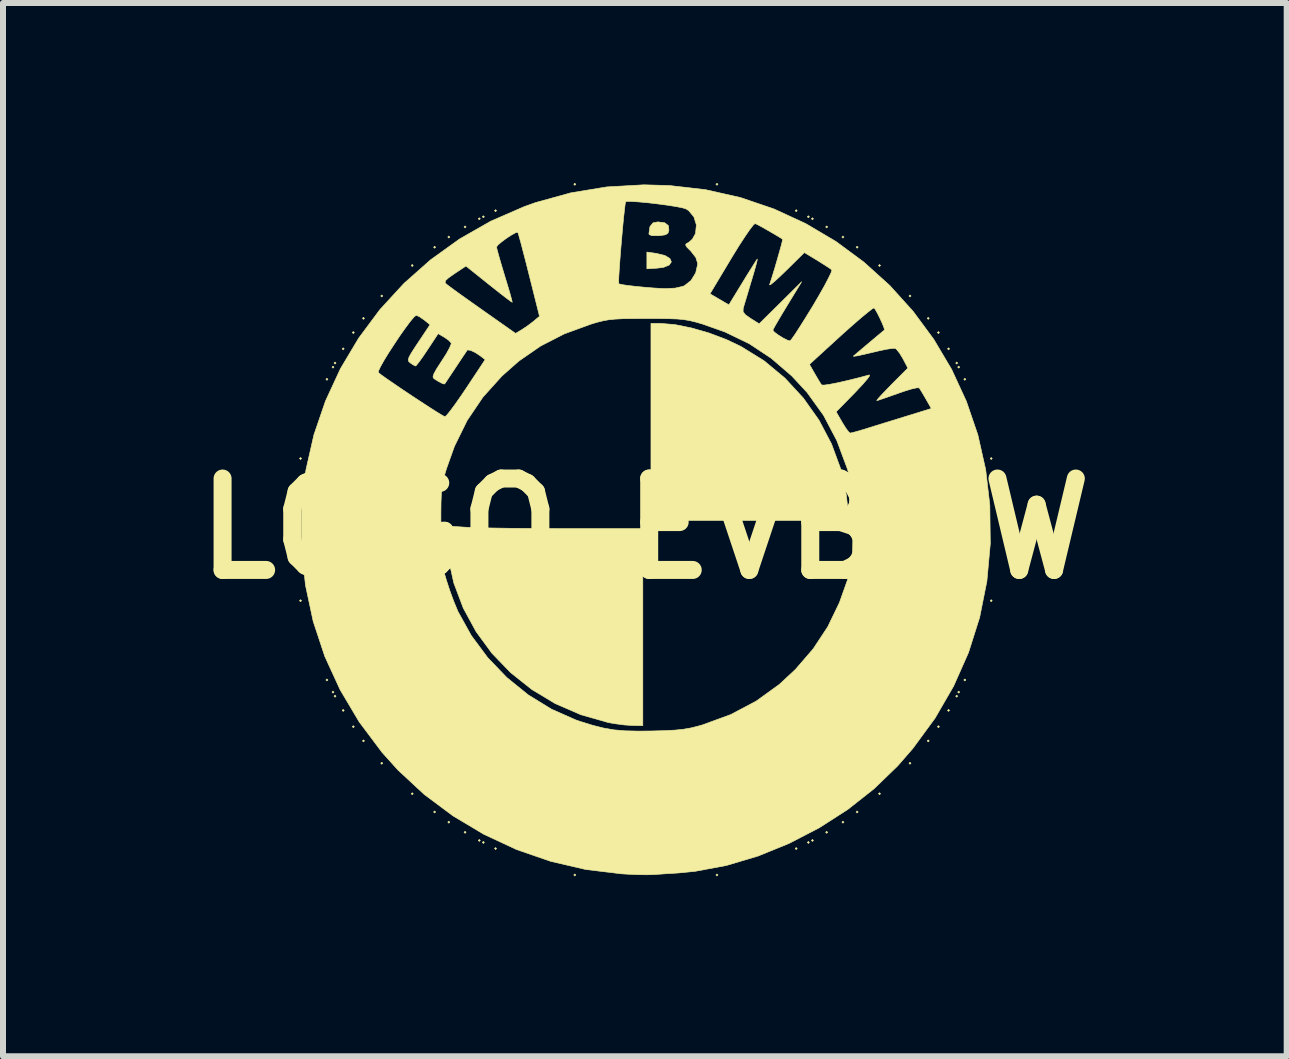
<source format=kicad_pcb>
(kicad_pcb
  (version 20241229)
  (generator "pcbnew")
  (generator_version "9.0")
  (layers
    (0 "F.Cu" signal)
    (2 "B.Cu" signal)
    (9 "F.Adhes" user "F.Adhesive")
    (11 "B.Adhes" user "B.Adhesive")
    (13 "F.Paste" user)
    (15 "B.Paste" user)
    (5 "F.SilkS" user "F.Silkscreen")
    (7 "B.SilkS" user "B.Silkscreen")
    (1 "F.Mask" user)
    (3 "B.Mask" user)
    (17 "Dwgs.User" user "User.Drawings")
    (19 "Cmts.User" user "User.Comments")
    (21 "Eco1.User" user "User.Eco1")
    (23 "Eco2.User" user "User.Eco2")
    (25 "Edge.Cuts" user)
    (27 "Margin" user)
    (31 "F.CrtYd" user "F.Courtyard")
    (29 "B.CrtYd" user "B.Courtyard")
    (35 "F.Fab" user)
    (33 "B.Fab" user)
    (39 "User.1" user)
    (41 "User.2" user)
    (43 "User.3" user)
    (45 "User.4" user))
  (footprint "LOGO_EVBMW"
    (layer "F.Cu")
    (at 7.7 5.762)
    (property "Reference" "LOGO_EVBMW" (at 0 0 0) (layer "F.SilkS") (effects (font (size 1.524 1.524) (thickness 0.3))))
    (attr through_hole)
    (fp_poly (pts (xy -5.723 -1.168) (xy -5.74 -1.151) (xy -5.757 -1.168) (xy -5.74 -1.185) (xy -5.723 -1.168)) (stroke (width 0.01) (type solid)) (fill yes) (layer "F.SilkS"))
    (fp_poly (pts (xy -5.723 1.202) (xy -5.74 1.219) (xy -5.757 1.202) (xy -5.74 1.185) (xy -5.723 1.202)) (stroke (width 0.01) (type solid)) (fill yes) (layer "F.SilkS"))
    (fp_poly (pts (xy -5.283 -2.489) (xy -5.3 -2.472) (xy -5.317 -2.489) (xy -5.3 -2.506) (xy -5.283 -2.489)) (stroke (width 0.01) (type solid)) (fill yes) (layer "F.SilkS"))
    (fp_poly (pts (xy -5.283 2.523) (xy -5.3 2.54) (xy -5.317 2.523) (xy -5.3 2.506) (xy -5.283 2.523)) (stroke (width 0.01) (type solid)) (fill yes) (layer "F.SilkS"))
    (fp_poly (pts (xy -5.182 -2.692) (xy -5.199 -2.675) (xy -5.215 -2.692) (xy -5.199 -2.709) (xy -5.182 -2.692)) (stroke (width 0.01) (type solid)) (fill yes) (layer "F.SilkS"))
    (fp_poly (pts (xy -5.182 2.726) (xy -5.199 2.743) (xy -5.215 2.726) (xy -5.199 2.709) (xy -5.182 2.726)) (stroke (width 0.01) (type solid)) (fill yes) (layer "F.SilkS"))
    (fp_poly (pts (xy -5.148 -2.76) (xy -5.165 -2.743) (xy -5.182 -2.76) (xy -5.165 -2.777) (xy -5.148 -2.76)) (stroke (width 0.01) (type solid)) (fill yes) (layer "F.SilkS"))
    (fp_poly (pts (xy -5.148 2.794) (xy -5.165 2.811) (xy -5.182 2.794) (xy -5.165 2.777) (xy -5.148 2.794)) (stroke (width 0.01) (type solid)) (fill yes) (layer "F.SilkS"))
    (fp_poly (pts (xy -5.012 -2.997) (xy -5.029 -2.98) (xy -5.046 -2.997) (xy -5.029 -3.014) (xy -5.012 -2.997)) (stroke (width 0.01) (type solid)) (fill yes) (layer "F.SilkS"))
    (fp_poly (pts (xy -5.012 3.031) (xy -5.029 3.048) (xy -5.046 3.031) (xy -5.029 3.014) (xy -5.012 3.031)) (stroke (width 0.01) (type solid)) (fill yes) (layer "F.SilkS"))
    (fp_poly (pts (xy -4.843 -3.268) (xy -4.86 -3.251) (xy -4.877 -3.268) (xy -4.86 -3.285) (xy -4.843 -3.268)) (stroke (width 0.01) (type solid)) (fill yes) (layer "F.SilkS"))
    (fp_poly (pts (xy -4.843 3.302) (xy -4.86 3.319) (xy -4.877 3.302) (xy -4.86 3.285) (xy -4.843 3.302)) (stroke (width 0.01) (type solid)) (fill yes) (layer "F.SilkS"))
    (fp_poly (pts (xy -4.674 -3.505) (xy -4.691 -3.488) (xy -4.707 -3.505) (xy -4.691 -3.522) (xy -4.674 -3.505)) (stroke (width 0.01) (type solid)) (fill yes) (layer "F.SilkS"))
    (fp_poly (pts (xy -4.674 3.539) (xy -4.691 3.556) (xy -4.707 3.539) (xy -4.691 3.522) (xy -4.674 3.539)) (stroke (width 0.01) (type solid)) (fill yes) (layer "F.SilkS"))
    (fp_poly (pts (xy -4.369 -3.878) (xy -4.386 -3.861) (xy -4.403 -3.878) (xy -4.386 -3.895) (xy -4.369 -3.878)) (stroke (width 0.01) (type solid)) (fill yes) (layer "F.SilkS"))
    (fp_poly (pts (xy -4.369 3.912) (xy -4.386 3.929) (xy -4.403 3.912) (xy -4.386 3.895) (xy -4.369 3.912)) (stroke (width 0.01) (type solid)) (fill yes) (layer "F.SilkS"))
    (fp_poly (pts (xy -3.861 -4.386) (xy -3.878 -4.369) (xy -3.895 -4.386) (xy -3.878 -4.403) (xy -3.861 -4.386)) (stroke (width 0.01) (type solid)) (fill yes) (layer "F.SilkS"))
    (fp_poly (pts (xy -3.861 4.42) (xy -3.878 4.437) (xy -3.895 4.42) (xy -3.878 4.403) (xy -3.861 4.42)) (stroke (width 0.01) (type solid)) (fill yes) (layer "F.SilkS"))
    (fp_poly (pts (xy -3.488 -4.691) (xy -3.505 -4.674) (xy -3.522 -4.691) (xy -3.505 -4.707) (xy -3.488 -4.691)) (stroke (width 0.01) (type solid)) (fill yes) (layer "F.SilkS"))
    (fp_poly (pts (xy -3.488 4.724) (xy -3.505 4.741) (xy -3.522 4.724) (xy -3.505 4.707) (xy -3.488 4.724)) (stroke (width 0.01) (type solid)) (fill yes) (layer "F.SilkS"))
    (fp_poly (pts (xy -3.251 -4.86) (xy -3.268 -4.843) (xy -3.285 -4.86) (xy -3.268 -4.877) (xy -3.251 -4.86)) (stroke (width 0.01) (type solid)) (fill yes) (layer "F.SilkS"))
    (fp_poly (pts (xy -3.251 4.894) (xy -3.268 4.911) (xy -3.285 4.894) (xy -3.268 4.877) (xy -3.251 4.894)) (stroke (width 0.01) (type solid)) (fill yes) (layer "F.SilkS"))
    (fp_poly (pts (xy -2.98 -5.029) (xy -2.997 -5.012) (xy -3.014 -5.029) (xy -2.997 -5.046) (xy -2.98 -5.029)) (stroke (width 0.01) (type solid)) (fill yes) (layer "F.SilkS"))
    (fp_poly (pts (xy -2.98 5.063) (xy -2.997 5.08) (xy -3.014 5.063) (xy -2.997 5.046) (xy -2.98 5.063)) (stroke (width 0.01) (type solid)) (fill yes) (layer "F.SilkS"))
    (fp_poly (pts (xy -2.743 -5.165) (xy -2.76 -5.148) (xy -2.777 -5.165) (xy -2.76 -5.182) (xy -2.743 -5.165)) (stroke (width 0.01) (type solid)) (fill yes) (layer "F.SilkS"))
    (fp_poly (pts (xy -2.743 5.199) (xy -2.76 5.215) (xy -2.777 5.199) (xy -2.76 5.182) (xy -2.743 5.199)) (stroke (width 0.01) (type solid)) (fill yes) (layer "F.SilkS"))
    (fp_poly (pts (xy -2.675 -5.199) (xy -2.692 -5.182) (xy -2.709 -5.199) (xy -2.692 -5.215) (xy -2.675 -5.199)) (stroke (width 0.01) (type solid)) (fill yes) (layer "F.SilkS"))
    (fp_poly (pts (xy -2.675 5.232) (xy -2.692 5.249) (xy -2.709 5.232) (xy -2.692 5.215) (xy -2.675 5.232)) (stroke (width 0.01) (type solid)) (fill yes) (layer "F.SilkS"))
    (fp_poly (pts (xy -2.472 -5.3) (xy -2.489 -5.283) (xy -2.506 -5.3) (xy -2.489 -5.317) (xy -2.472 -5.3)) (stroke (width 0.01) (type solid)) (fill yes) (layer "F.SilkS"))
    (fp_poly (pts (xy -2.472 5.334) (xy -2.489 5.351) (xy -2.506 5.334) (xy -2.489 5.317) (xy -2.472 5.334)) (stroke (width 0.01) (type solid)) (fill yes) (layer "F.SilkS"))
    (fp_poly (pts (xy -1.151 -5.74) (xy -1.168 -5.723) (xy -1.185 -5.74) (xy -1.168 -5.757) (xy -1.151 -5.74)) (stroke (width 0.01) (type solid)) (fill yes) (layer "F.SilkS"))
    (fp_poly (pts (xy -1.151 5.774) (xy -1.168 5.791) (xy -1.185 5.774) (xy -1.168 5.757) (xy -1.151 5.774)) (stroke (width 0.01) (type solid)) (fill yes) (layer "F.SilkS"))
    (fp_poly (pts (xy 1.219 -5.74) (xy 1.202 -5.723) (xy 1.185 -5.74) (xy 1.202 -5.757) (xy 1.219 -5.74)) (stroke (width 0.01) (type solid)) (fill yes) (layer "F.SilkS"))
    (fp_poly (pts (xy 1.219 5.774) (xy 1.202 5.791) (xy 1.185 5.774) (xy 1.202 5.757) (xy 1.219 5.774)) (stroke (width 0.01) (type solid)) (fill yes) (layer "F.SilkS"))
    (fp_poly (pts (xy 2.54 -5.3) (xy 2.523 -5.283) (xy 2.506 -5.3) (xy 2.523 -5.317) (xy 2.54 -5.3)) (stroke (width 0.01) (type solid)) (fill yes) (layer "F.SilkS"))
    (fp_poly (pts (xy 2.54 5.334) (xy 2.523 5.351) (xy 2.506 5.334) (xy 2.523 5.317) (xy 2.54 5.334)) (stroke (width 0.01) (type solid)) (fill yes) (layer "F.SilkS"))
    (fp_poly (pts (xy 2.743 -5.199) (xy 2.726 -5.182) (xy 2.709 -5.199) (xy 2.726 -5.215) (xy 2.743 -5.199)) (stroke (width 0.01) (type solid)) (fill yes) (layer "F.SilkS"))
    (fp_poly (pts (xy 2.743 5.232) (xy 2.726 5.249) (xy 2.709 5.232) (xy 2.726 5.215) (xy 2.743 5.232)) (stroke (width 0.01) (type solid)) (fill yes) (layer "F.SilkS"))
    (fp_poly (pts (xy 2.811 -5.165) (xy 2.794 -5.148) (xy 2.777 -5.165) (xy 2.794 -5.182) (xy 2.811 -5.165)) (stroke (width 0.01) (type solid)) (fill yes) (layer "F.SilkS"))
    (fp_poly (pts (xy 2.811 5.199) (xy 2.794 5.215) (xy 2.777 5.199) (xy 2.794 5.182) (xy 2.811 5.199)) (stroke (width 0.01) (type solid)) (fill yes) (layer "F.SilkS"))
    (fp_poly (pts (xy 3.048 -5.029) (xy 3.031 -5.012) (xy 3.014 -5.029) (xy 3.031 -5.046) (xy 3.048 -5.029)) (stroke (width 0.01) (type solid)) (fill yes) (layer "F.SilkS"))
    (fp_poly (pts (xy 3.048 5.063) (xy 3.031 5.08) (xy 3.014 5.063) (xy 3.031 5.046) (xy 3.048 5.063)) (stroke (width 0.01) (type solid)) (fill yes) (layer "F.SilkS"))
    (fp_poly (pts (xy 3.319 -4.86) (xy 3.302 -4.843) (xy 3.285 -4.86) (xy 3.302 -4.877) (xy 3.319 -4.86)) (stroke (width 0.01) (type solid)) (fill yes) (layer "F.SilkS"))
    (fp_poly (pts (xy 3.319 4.894) (xy 3.302 4.911) (xy 3.285 4.894) (xy 3.302 4.877) (xy 3.319 4.894)) (stroke (width 0.01) (type solid)) (fill yes) (layer "F.SilkS"))
    (fp_poly (pts (xy 3.556 -4.691) (xy 3.539 -4.674) (xy 3.522 -4.691) (xy 3.539 -4.707) (xy 3.556 -4.691)) (stroke (width 0.01) (type solid)) (fill yes) (layer "F.SilkS"))
    (fp_poly (pts (xy 3.556 4.724) (xy 3.539 4.741) (xy 3.522 4.724) (xy 3.539 4.707) (xy 3.556 4.724)) (stroke (width 0.01) (type solid)) (fill yes) (layer "F.SilkS"))
    (fp_poly (pts (xy 3.929 -4.386) (xy 3.912 -4.369) (xy 3.895 -4.386) (xy 3.912 -4.403) (xy 3.929 -4.386)) (stroke (width 0.01) (type solid)) (fill yes) (layer "F.SilkS"))
    (fp_poly (pts (xy 3.929 4.42) (xy 3.912 4.437) (xy 3.895 4.42) (xy 3.912 4.403) (xy 3.929 4.42)) (stroke (width 0.01) (type solid)) (fill yes) (layer "F.SilkS"))
    (fp_poly (pts (xy 4.437 -3.878) (xy 4.42 -3.861) (xy 4.403 -3.878) (xy 4.42 -3.895) (xy 4.437 -3.878)) (stroke (width 0.01) (type solid)) (fill yes) (layer "F.SilkS"))
    (fp_poly (pts (xy 4.437 3.912) (xy 4.42 3.929) (xy 4.403 3.912) (xy 4.42 3.895) (xy 4.437 3.912)) (stroke (width 0.01) (type solid)) (fill yes) (layer "F.SilkS"))
    (fp_poly (pts (xy 4.741 -3.505) (xy 4.724 -3.488) (xy 4.707 -3.505) (xy 4.724 -3.522) (xy 4.741 -3.505)) (stroke (width 0.01) (type solid)) (fill yes) (layer "F.SilkS"))
    (fp_poly (pts (xy 4.741 3.539) (xy 4.724 3.556) (xy 4.707 3.539) (xy 4.724 3.522) (xy 4.741 3.539)) (stroke (width 0.01) (type solid)) (fill yes) (layer "F.SilkS"))
    (fp_poly (pts (xy 4.911 -3.268) (xy 4.894 -3.251) (xy 4.877 -3.268) (xy 4.894 -3.285) (xy 4.911 -3.268)) (stroke (width 0.01) (type solid)) (fill yes) (layer "F.SilkS"))
    (fp_poly (pts (xy 4.911 3.302) (xy 4.894 3.319) (xy 4.877 3.302) (xy 4.894 3.285) (xy 4.911 3.302)) (stroke (width 0.01) (type solid)) (fill yes) (layer "F.SilkS"))
    (fp_poly (pts (xy 5.08 -2.997) (xy 5.063 -2.98) (xy 5.046 -2.997) (xy 5.063 -3.014) (xy 5.08 -2.997)) (stroke (width 0.01) (type solid)) (fill yes) (layer "F.SilkS"))
    (fp_poly (pts (xy 5.08 3.031) (xy 5.063 3.048) (xy 5.046 3.031) (xy 5.063 3.014) (xy 5.08 3.031)) (stroke (width 0.01) (type solid)) (fill yes) (layer "F.SilkS"))
    (fp_poly (pts (xy 5.215 -2.76) (xy 5.199 -2.743) (xy 5.182 -2.76) (xy 5.199 -2.777) (xy 5.215 -2.76)) (stroke (width 0.01) (type solid)) (fill yes) (layer "F.SilkS"))
    (fp_poly (pts (xy 5.215 2.794) (xy 5.199 2.811) (xy 5.182 2.794) (xy 5.199 2.777) (xy 5.215 2.794)) (stroke (width 0.01) (type solid)) (fill yes) (layer "F.SilkS"))
    (fp_poly (pts (xy 5.249 -2.692) (xy 5.232 -2.675) (xy 5.215 -2.692) (xy 5.232 -2.709) (xy 5.249 -2.692)) (stroke (width 0.01) (type solid)) (fill yes) (layer "F.SilkS"))
    (fp_poly (pts (xy 5.249 2.726) (xy 5.232 2.743) (xy 5.215 2.726) (xy 5.232 2.709) (xy 5.249 2.726)) (stroke (width 0.01) (type solid)) (fill yes) (layer "F.SilkS"))
    (fp_poly (pts (xy 5.351 -2.489) (xy 5.334 -2.472) (xy 5.317 -2.489) (xy 5.334 -2.506) (xy 5.351 -2.489)) (stroke (width 0.01) (type solid)) (fill yes) (layer "F.SilkS"))
    (fp_poly (pts (xy 5.351 2.523) (xy 5.334 2.54) (xy 5.317 2.523) (xy 5.334 2.506) (xy 5.351 2.523)) (stroke (width 0.01) (type solid)) (fill yes) (layer "F.SilkS"))
    (fp_poly (pts (xy 5.791 -1.168) (xy 5.774 -1.151) (xy 5.757 -1.168) (xy 5.774 -1.185) (xy 5.791 -1.168)) (stroke (width 0.01) (type solid)) (fill yes) (layer "F.SilkS"))
    (fp_poly (pts (xy 5.791 1.202) (xy 5.774 1.219) (xy 5.757 1.202) (xy 5.774 1.185) (xy 5.791 1.202)) (stroke (width 0.01) (type solid)) (fill yes) (layer "F.SilkS"))
    (fp_poly (pts (xy 0.195 -4.587) (xy 0.336 -4.552) (xy 0.418 -4.502) (xy 0.442 -4.446) (xy 0.406 -4.394) (xy 0.311 -4.355) (xy 0.208 -4.342) (xy 0.034 -4.331) (xy 0.034 -4.61) (xy 0.195 -4.587)) (stroke (width 0.01) (type solid)) (fill yes) (layer "F.SilkS"))
    (fp_poly (pts (xy 0.332 -5.098) (xy 0.392 -5.051) (xy 0.401 -4.975) (xy 0.385 -4.924) (xy 0.343 -4.898) (xy 0.257 -4.885) (xy 0.229 -4.883) (xy 0.123 -4.883) (xy 0.074 -4.9) (xy 0.068 -4.917) (xy 0.085 -5.034) (xy 0.136 -5.097) (xy 0.216 -5.113) (xy 0.332 -5.098)) (stroke (width 0.01) (type solid)) (fill yes) (layer "F.SilkS"))
    (fp_poly (pts (xy 0.499 -3.401) (xy 0.777 -3.345) (xy 1.072 -3.26) (xy 1.365 -3.149) (xy 1.602 -3.036) (xy 1.987 -2.798) (xy 2.336 -2.508) (xy 2.642 -2.176) (xy 2.903 -1.808) (xy 3.112 -1.411) (xy 3.266 -0.993) (xy 3.359 -0.561) (xy 3.378 -0.381) (xy 3.396 -0.135) (xy 0.102 -0.135) (xy 0.102 -3.421) (xy 0.255 -3.421) (xy 0.499 -3.401)) (stroke (width 0.01) (type solid)) (fill yes) (layer "F.SilkS"))
    (fp_poly (pts (xy -2.994 -0.023) (xy -2.883 -0.018) (xy -2.714 -0.013) (xy -2.498 -0.009) (xy -2.243 -0.005) (xy -1.961 -0.003) (xy -1.661 -0.001) (xy -1.354 -0.000177) (xy -1.346 -0.000176) (xy -0.034 0) (xy -0.034 3.285) (xy -0.212 3.282) (xy -0.345 3.273) (xy -0.503 3.252) (xy -0.61 3.233) (xy -1.066 3.103) (xy -1.493 2.918) (xy -1.885 2.682) (xy -2.239 2.4) (xy -2.55 2.077) (xy -2.814 1.717) (xy -3.027 1.325) (xy -3.185 0.906) (xy -3.283 0.464) (xy -3.308 0.24) (xy -3.33 -0.045) (xy -2.994 -0.023)) (stroke (width 0.01) (type solid)) (fill yes) (layer "F.SilkS"))
    (fp_poly (pts (xy 0.412 -5.719) (xy 1.012 -5.65) (xy 1.593 -5.519) (xy 2.152 -5.329) (xy 2.683 -5.084) (xy 3.185 -4.787) (xy 3.652 -4.442) (xy 4.083 -4.053) (xy 4.472 -3.622) (xy 4.817 -3.155) (xy 5.115 -2.653) (xy 5.36 -2.122) (xy 5.551 -1.564) (xy 5.682 -0.982) (xy 5.751 -0.389) (xy 5.759 0.252) (xy 5.702 0.877) (xy 5.581 1.482) (xy 5.396 2.066) (xy 5.148 2.625) (xy 4.839 3.159) (xy 4.468 3.665) (xy 4.215 3.956) (xy 3.821 4.337) (xy 3.382 4.683) (xy 2.907 4.988) (xy 2.405 5.248) (xy 1.887 5.459) (xy 1.36 5.616) (xy 0.835 5.714) (xy 0.546 5.742) (xy 0.392 5.751) (xy 0.247 5.761) (xy 0.136 5.768) (xy 0.119 5.769) (xy 0.028 5.771) (xy -0.109 5.769) (xy -0.272 5.762) (xy -0.391 5.755) (xy -0.985 5.683) (xy -1.57 5.547) (xy -2.138 5.351) (xy -2.683 5.097) (xy -3.199 4.789) (xy -3.68 4.43) (xy -4.117 4.024) (xy -4.38 3.732) (xy -4.761 3.224) (xy -5.079 2.689) (xy -5.336 2.129) (xy -5.529 1.546) (xy -5.658 0.942) (xy -5.723 0.319) (xy -5.723 -0.068) (xy -3.4 -0.068) (xy -3.4 0.158) (xy -3.397 0.331) (xy -3.391 0.463) (xy -3.379 0.571) (xy -3.362 0.668) (xy -3.336 0.767) (xy -3.307 0.864) (xy -3.252 1.032) (xy -3.188 1.207) (xy -3.126 1.357) (xy -3.113 1.387) (xy -2.893 1.783) (xy -2.62 2.151) (xy -2.301 2.483) (xy -1.944 2.772) (xy -1.557 3.01) (xy -1.15 3.19) (xy -1.08 3.214) (xy -0.871 3.279) (xy -0.689 3.325) (xy -0.516 3.355) (xy -0.33 3.371) (xy -0.115 3.376) (xy 0.119 3.374) (xy 0.339 3.368) (xy 0.508 3.359) (xy 0.644 3.345) (xy 0.764 3.324) (xy 0.885 3.294) (xy 0.965 3.271) (xy 1.432 3.1) (xy 1.856 2.876) (xy 2.241 2.598) (xy 2.51 2.348) (xy 2.806 2.005) (xy 3.049 1.637) (xy 3.244 1.233) (xy 3.375 0.864) (xy 3.408 0.751) (xy 3.433 0.652) (xy 3.449 0.555) (xy 3.46 0.444) (xy 3.465 0.306) (xy 3.468 0.126) (xy 3.468 -0.068) (xy 3.468 -0.294) (xy 3.465 -0.466) (xy 3.458 -0.599) (xy 3.447 -0.707) (xy 3.429 -0.803) (xy 3.404 -0.903) (xy 3.375 -0.999) (xy 3.201 -1.466) (xy 2.979 -1.888) (xy 2.705 -2.269) (xy 2.45 -2.544) (xy 2.225 -2.738) (xy 2.744 -2.738) (xy 2.834 -2.58) (xy 2.889 -2.486) (xy 2.932 -2.416) (xy 2.947 -2.394) (xy 2.988 -2.392) (xy 3.082 -2.405) (xy 3.22 -2.432) (xy 3.389 -2.471) (xy 3.58 -2.518) (xy 3.742 -2.562) (xy 3.746 -2.547) (xy 3.707 -2.492) (xy 3.633 -2.406) (xy 3.53 -2.296) (xy 3.5 -2.264) (xy 3.189 -1.947) (xy 3.291 -1.77) (xy 3.35 -1.675) (xy 3.398 -1.611) (xy 3.422 -1.592) (xy 3.466 -1.601) (xy 3.557 -1.626) (xy 3.678 -1.662) (xy 3.715 -1.674) (xy 3.859 -1.719) (xy 4.041 -1.775) (xy 4.236 -1.835) (xy 4.378 -1.879) (xy 4.776 -2.002) (xy 4.685 -2.161) (xy 4.63 -2.255) (xy 4.587 -2.325) (xy 4.572 -2.347) (xy 4.533 -2.347) (xy 4.444 -2.327) (xy 4.321 -2.289) (xy 4.218 -2.253) (xy 4.079 -2.204) (xy 3.964 -2.164) (xy 3.888 -2.139) (xy 3.866 -2.134) (xy 3.88 -2.156) (xy 3.933 -2.216) (xy 4.018 -2.305) (xy 4.115 -2.405) (xy 4.385 -2.676) (xy 4.303 -2.832) (xy 4.247 -2.924) (xy 4.196 -2.988) (xy 4.175 -3.005) (xy 4.125 -3.004) (xy 4.025 -2.989) (xy 3.893 -2.961) (xy 3.788 -2.936) (xy 3.651 -2.904) (xy 3.546 -2.881) (xy 3.485 -2.872) (xy 3.476 -2.875) (xy 3.514 -2.907) (xy 3.589 -2.971) (xy 3.69 -3.056) (xy 3.742 -3.1) (xy 3.848 -3.189) (xy 3.933 -3.26) (xy 3.984 -3.302) (xy 3.994 -3.31) (xy 3.989 -3.342) (xy 3.961 -3.414) (xy 3.92 -3.504) (xy 3.876 -3.592) (xy 3.838 -3.658) (xy 3.82 -3.679) (xy 3.788 -3.662) (xy 3.715 -3.605) (xy 3.607 -3.516) (xy 3.472 -3.399) (xy 3.319 -3.263) (xy 3.268 -3.217) (xy 2.744 -2.738) (xy 2.225 -2.738) (xy 2.106 -2.84) (xy 1.739 -3.083) (xy 1.335 -3.278) (xy 0.965 -3.409) (xy 0.852 -3.442) (xy 0.754 -3.466) (xy 0.657 -3.483) (xy 0.546 -3.494) (xy 0.408 -3.499) (xy 0.228 -3.502) (xy 0.034 -3.502) (xy -0.192 -3.501) (xy -0.364 -3.499) (xy -0.497 -3.492) (xy -0.605 -3.481) (xy -0.701 -3.463) (xy -0.801 -3.438) (xy -0.897 -3.409) (xy -1.341 -3.247) (xy -1.737 -3.044) (xy -2.1 -2.793) (xy -2.382 -2.544) (xy -2.699 -2.192) (xy -2.962 -1.803) (xy -3.174 -1.372) (xy -3.307 -0.999) (xy -3.341 -0.886) (xy -3.365 -0.788) (xy -3.382 -0.691) (xy -3.392 -0.58) (xy -3.398 -0.442) (xy -3.4 -0.262) (xy -3.4 -0.068) (xy -5.723 -0.068) (xy -5.722 -0.32) (xy -5.719 -0.378) (xy -5.65 -0.979) (xy -5.517 -1.563) (xy -5.324 -2.127) (xy -5.104 -2.602) (xy -4.444 -2.602) (xy -4.399 -2.566) (xy -4.311 -2.503) (xy -4.19 -2.42) (xy -4.048 -2.323) (xy -3.894 -2.22) (xy -3.74 -2.119) (xy -3.596 -2.025) (xy -3.474 -1.947) (xy -3.384 -1.892) (xy -3.336 -1.866) (xy -3.332 -1.865) (xy -3.302 -1.891) (xy -3.242 -1.965) (xy -3.159 -2.077) (xy -3.06 -2.219) (xy -2.978 -2.34) (xy -2.662 -2.817) (xy -2.745 -2.881) (xy -2.827 -2.935) (xy -2.904 -2.971) (xy -2.955 -2.979) (xy -2.961 -2.975) (xy -2.982 -2.943) (xy -3.033 -2.868) (xy -3.103 -2.763) (xy -3.15 -2.692) (xy -3.228 -2.575) (xy -3.29 -2.481) (xy -3.33 -2.422) (xy -3.338 -2.41) (xy -3.372 -2.417) (xy -3.446 -2.456) (xy -3.517 -2.501) (xy -3.532 -2.528) (xy -3.518 -2.578) (xy -3.472 -2.662) (xy -3.389 -2.79) (xy -3.388 -2.792) (xy -3.312 -2.91) (xy -3.257 -3.01) (xy -3.229 -3.076) (xy -3.228 -3.093) (xy -3.266 -3.136) (xy -3.338 -3.187) (xy -3.345 -3.191) (xy -3.446 -3.25) (xy -3.624 -2.98) (xy -3.702 -2.864) (xy -3.768 -2.773) (xy -3.811 -2.719) (xy -3.823 -2.71) (xy -3.863 -2.73) (xy -3.909 -2.761) (xy -3.936 -2.785) (xy -3.944 -2.815) (xy -3.93 -2.861) (xy -3.888 -2.935) (xy -3.814 -3.05) (xy -3.777 -3.105) (xy -3.581 -3.399) (xy -3.679 -3.478) (xy -3.752 -3.529) (xy -3.806 -3.555) (xy -3.812 -3.556) (xy -3.847 -3.529) (xy -3.908 -3.457) (xy -3.987 -3.351) (xy -4.079 -3.222) (xy -4.173 -3.081) (xy -4.265 -2.94) (xy -4.345 -2.81) (xy -4.406 -2.702) (xy -4.44 -2.629) (xy -4.444 -2.602) (xy -5.104 -2.602) (xy -5.075 -2.665) (xy -4.772 -3.173) (xy -4.419 -3.648) (xy -4.018 -4.085) (xy -3.999 -4.102) (xy -3.33 -4.102) (xy -3.315 -4.081) (xy -3.274 -4.049) (xy -3.186 -3.984) (xy -3.062 -3.894) (xy -2.91 -3.786) (xy -2.739 -3.665) (xy -2.712 -3.646) (xy -2.155 -3.254) (xy -2.057 -3.312) (xy -1.962 -3.375) (xy -1.863 -3.45) (xy -1.858 -3.454) (xy -1.756 -3.539) (xy -1.85 -3.914) (xy 1.086 -3.914) (xy 1.244 -3.822) (xy 1.401 -3.73) (xy 1.628 -4.102) (xy 1.715 -4.244) (xy 1.79 -4.363) (xy 1.844 -4.45) (xy 1.872 -4.491) (xy 1.874 -4.493) (xy 1.872 -4.47) (xy 1.853 -4.394) (xy 1.82 -4.277) (xy 1.777 -4.131) (xy 1.775 -4.127) (xy 1.728 -3.968) (xy 1.686 -3.828) (xy 1.654 -3.722) (xy 1.639 -3.668) (xy 1.638 -3.615) (xy 1.676 -3.565) (xy 1.763 -3.504) (xy 1.906 -3.414) (xy 2.26 -3.764) (xy 2.614 -4.115) (xy 2.374 -3.721) (xy 2.286 -3.576) (xy 2.213 -3.452) (xy 2.16 -3.36) (xy 2.135 -3.311) (xy 2.134 -3.307) (xy 2.16 -3.275) (xy 2.225 -3.227) (xy 2.305 -3.177) (xy 2.379 -3.14) (xy 2.421 -3.129) (xy 2.448 -3.16) (xy 2.504 -3.239) (xy 2.582 -3.36) (xy 2.677 -3.511) (xy 2.784 -3.685) (xy 2.8 -3.711) (xy 2.904 -3.888) (xy 2.993 -4.045) (xy 3.061 -4.175) (xy 3.105 -4.266) (xy 3.118 -4.311) (xy 3.117 -4.313) (xy 3.076 -4.343) (xy 2.993 -4.397) (xy 2.887 -4.464) (xy 2.874 -4.472) (xy 2.659 -4.602) (xy 2.361 -4.308) (xy 2.25 -4.201) (xy 2.16 -4.119) (xy 2.1 -4.07) (xy 2.079 -4.062) (xy 2.079 -4.064) (xy 2.119 -4.189) (xy 2.163 -4.332) (xy 2.206 -4.48) (xy 2.245 -4.617) (xy 2.276 -4.729) (xy 2.294 -4.803) (xy 2.297 -4.824) (xy 2.244 -4.858) (xy 2.157 -4.91) (xy 2.053 -4.97) (xy 1.953 -5.027) (xy 1.874 -5.069) (xy 1.838 -5.086) (xy 1.808 -5.061) (xy 1.75 -4.986) (xy 1.669 -4.868) (xy 1.57 -4.716) (xy 1.459 -4.536) (xy 1.441 -4.506) (xy 1.086 -3.914) (xy -1.85 -3.914) (xy -1.898 -4.106) (xy -0.437 -4.106) (xy -0.435 -4.082) (xy -0.394 -4.07) (xy -0.301 -4.055) (xy -0.172 -4.04) (xy -0.022 -4.025) (xy 0.132 -4.012) (xy 0.276 -4.003) (xy 0.35 -4.001) (xy 0.506 -4.009) (xy 0.636 -4.039) (xy 0.661 -4.05) (xy 0.769 -4.135) (xy 0.847 -4.261) (xy 0.88 -4.404) (xy 0.881 -4.42) (xy 0.85 -4.519) (xy 0.768 -4.624) (xy 0.701 -4.692) (xy 0.679 -4.73) (xy 0.695 -4.753) (xy 0.731 -4.77) (xy 0.792 -4.825) (xy 0.841 -4.912) (xy 0.845 -4.922) (xy 0.859 -5.063) (xy 0.818 -5.196) (xy 0.729 -5.302) (xy 0.685 -5.33) (xy 0.625 -5.348) (xy 0.518 -5.369) (xy 0.378 -5.391) (xy 0.22 -5.412) (xy 0.059 -5.431) (xy -0.09 -5.445) (xy -0.213 -5.454) (xy -0.295 -5.455) (xy -0.319 -5.449) (xy -0.328 -5.412) (xy -0.339 -5.319) (xy -0.354 -5.185) (xy -0.37 -5.02) (xy -0.386 -4.838) (xy -0.402 -4.652) (xy -0.416 -4.473) (xy -0.427 -4.314) (xy -0.435 -4.187) (xy -0.437 -4.106) (xy -1.898 -4.106) (xy -1.93 -4.233) (xy -1.982 -4.439) (xy -2.03 -4.623) (xy -2.069 -4.773) (xy -2.099 -4.88) (xy -2.115 -4.935) (xy -2.118 -4.94) (xy -2.153 -4.933) (xy -2.222 -4.895) (xy -2.307 -4.84) (xy -2.389 -4.779) (xy -2.45 -4.727) (xy -2.472 -4.695) (xy -2.463 -4.65) (xy -2.437 -4.554) (xy -2.398 -4.419) (xy -2.35 -4.258) (xy -2.338 -4.218) (xy -2.289 -4.058) (xy -2.249 -3.922) (xy -2.222 -3.824) (xy -2.211 -3.776) (xy -2.211 -3.773) (xy -2.238 -3.79) (xy -2.309 -3.843) (xy -2.413 -3.923) (xy -2.542 -4.025) (xy -2.6 -4.071) (xy -2.982 -4.377) (xy -3.172 -4.251) (xy -3.272 -4.181) (xy -3.322 -4.135) (xy -3.33 -4.102) (xy -3.999 -4.102) (xy -3.574 -4.479) (xy -3.09 -4.827) (xy -2.568 -5.125) (xy -2.012 -5.367) (xy -1.825 -5.434) (xy -1.236 -5.597) (xy -0.635 -5.696) (xy -0.017 -5.731) (xy 0.412 -5.719)) (stroke (width 0.01) (type solid)) (fill yes) (layer "F.SilkS")))
  (gr_rect
    (start -3 -3)
    (end 18.4 14.559)
    (stroke (width 0.1) (type default))
    (fill no)
    (layer "Edge.Cuts")))
</source>
